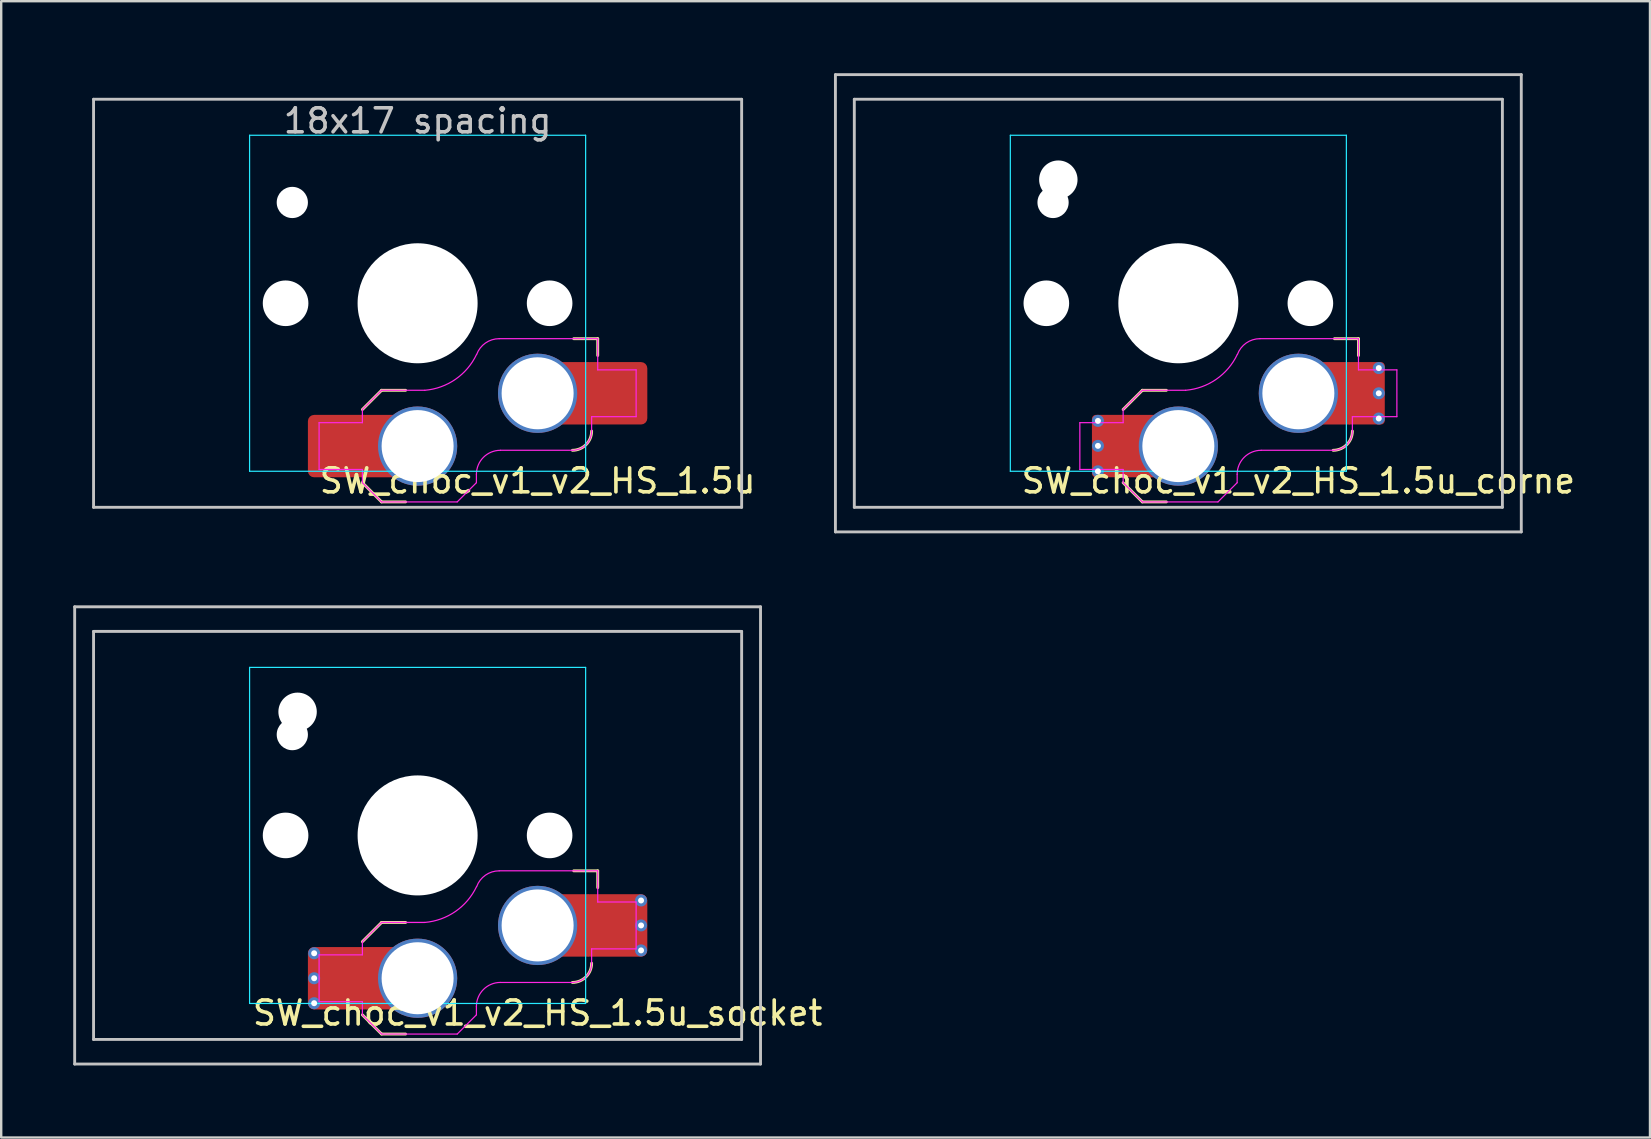
<source format=kicad_pcb>
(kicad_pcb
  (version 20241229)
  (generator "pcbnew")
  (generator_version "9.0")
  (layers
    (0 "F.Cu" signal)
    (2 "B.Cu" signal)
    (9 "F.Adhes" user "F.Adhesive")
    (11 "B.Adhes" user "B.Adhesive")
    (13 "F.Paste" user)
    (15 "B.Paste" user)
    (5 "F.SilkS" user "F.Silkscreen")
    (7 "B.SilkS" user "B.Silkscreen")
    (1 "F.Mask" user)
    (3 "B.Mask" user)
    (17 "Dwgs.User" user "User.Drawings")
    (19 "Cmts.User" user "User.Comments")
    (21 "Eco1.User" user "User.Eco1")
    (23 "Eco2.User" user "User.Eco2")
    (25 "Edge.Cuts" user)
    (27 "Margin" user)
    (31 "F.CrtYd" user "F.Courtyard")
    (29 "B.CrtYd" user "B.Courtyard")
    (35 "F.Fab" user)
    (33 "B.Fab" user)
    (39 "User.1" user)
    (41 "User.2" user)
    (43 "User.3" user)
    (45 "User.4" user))
  (footprint "SW_choc_v1_v2_HS_1.5u_corne"
    (layer "F.Cu")
    (at 46.042 9.585)
    (property "Reference" "SW_choc_v1_v2_HS_1.5u_corne" (at 5 7.4 180) (layer "F.SilkS") (effects (font (size 1 1) (thickness 0.15))))
    (attr smd)
    (fp_line (start -2.3 7.475) (end -1.5 8.275) (stroke (width 0.12) (type solid)) (layer "F.SilkS"))
    (fp_line (start -1.5 3.625) (end -2.3 4.425) (stroke (width 0.12) (type solid)) (layer "F.SilkS"))
    (fp_line (start -1.5 3.625) (end -0.5 3.625) (stroke (width 0.12) (type solid)) (layer "F.SilkS"))
    (fp_line (start -1.5 8.275) (end -0.5 8.275) (stroke (width 0.12) (type solid)) (layer "F.SilkS"))
    (fp_line (start 7.504 1.475) (end 6.504 1.475) (stroke (width 0.12) (type solid)) (layer "F.SilkS"))
    (fp_line (start 7.504 1.475) (end 7.504 2.175) (stroke (width 0.12) (type solid)) (layer "F.SilkS"))
    (fp_arc (start 7.25 5.325) (mid 7.015685 5.890685) (end 6.45 6.125) (stroke (width 0.12) (type solid)) (layer "F.SilkS"))
    (fp_line (start -14.287 -9.525) (end 14.287 -9.525) (stroke (width 0.12) (type solid)) (layer "Dwgs.User"))
    (fp_line (start -14.287 9.525) (end -14.287 -9.525) (stroke (width 0.12) (type solid)) (layer "Dwgs.User"))
    (fp_line (start -13.5 -8.5) (end -13.5 8.5) (stroke (width 0.12) (type solid)) (layer "Dwgs.User"))
    (fp_line (start -13.5 8.5) (end 13.5 8.5) (stroke (width 0.12) (type solid)) (layer "Dwgs.User"))
    (fp_line (start 13.5 -8.5) (end -13.5 -8.5) (stroke (width 0.12) (type solid)) (layer "Dwgs.User"))
    (fp_line (start 13.5 8.5) (end 13.5 -8.5) (stroke (width 0.12) (type solid)) (layer "Dwgs.User"))
    (fp_line (start 14.287 -9.525) (end 14.287 9.525) (stroke (width 0.12) (type solid)) (layer "Dwgs.User"))
    (fp_line (start 14.287 9.525) (end -14.287 9.525) (stroke (width 0.12) (type solid)) (layer "Dwgs.User"))
    (fp_line (start -6.95 -6.45) (end -6.95 6.45) (stroke (width 0.05) (type solid)) (layer "Eco2.User"))
    (fp_line (start -6.45 6.95) (end 6.45 6.95) (stroke (width 0.05) (type solid)) (layer "Eco2.User"))
    (fp_line (start 6.45 -6.95) (end -6.45 -6.95) (stroke (width 0.05) (type solid)) (layer "Eco2.User"))
    (fp_line (start 6.95 6.45) (end 6.95 -6.45) (stroke (width 0.05) (type solid)) (layer "Eco2.User"))
    (fp_arc (start -6.95 -6.45) (mid -6.803553 -6.803553) (end -6.45 -6.95) (stroke (width 0.05) (type solid)) (layer "Eco2.User"))
    (fp_arc (start -6.45 6.95) (mid -6.803553 6.803553) (end -6.95 6.45) (stroke (width 0.05) (type solid)) (layer "Eco2.User"))
    (fp_arc (start 6.45 -6.95) (mid 6.803553 -6.803553) (end 6.95 -6.45) (stroke (width 0.05) (type solid)) (layer "Eco2.User"))
    (fp_arc (start 6.95 6.45) (mid 6.803553 6.803553) (end 6.45 6.95) (stroke (width 0.05) (type solid)) (layer "Eco2.User"))
    (fp_line (start -7 -7) (end -7 7) (stroke (width 0.05) (type solid)) (layer "B.CrtYd"))
    (fp_line (start -7 7) (end 7 7) (stroke (width 0.05) (type solid)) (layer "B.CrtYd"))
    (fp_line (start 7 -7) (end -7 -7) (stroke (width 0.05) (type solid)) (layer "B.CrtYd"))
    (fp_line (start 7 7) (end 7 -7) (stroke (width 0.05) (type solid)) (layer "B.CrtYd"))
    (fp_line (start -4.104 4.975) (end -4.104 6.925) (stroke (width 0.05) (type solid)) (layer "F.CrtYd"))
    (fp_line (start -4.104 4.975) (end -2.3 4.975) (stroke (width 0.05) (type solid)) (layer "F.CrtYd"))
    (fp_line (start -4.104 6.925) (end -2.3 6.925) (stroke (width 0.05) (type solid)) (layer "F.CrtYd"))
    (fp_line (start -2.3 4.975) (end -2.3 4.425) (stroke (width 0.05) (type solid)) (layer "F.CrtYd"))
    (fp_line (start -2.3 7.475) (end -2.3 6.925) (stroke (width 0.05) (type solid)) (layer "F.CrtYd"))
    (fp_line (start -2.3 7.475) (end -1.5 8.275) (stroke (width 0.05) (type solid)) (layer "F.CrtYd"))
    (fp_line (start -1.5 3.625) (end -2.3 4.425) (stroke (width 0.05) (type solid)) (layer "F.CrtYd"))
    (fp_line (start -1.5 3.625) (end 0.3 3.625) (stroke (width 0.05) (type solid)) (layer "F.CrtYd"))
    (fp_line (start -1.5 8.275) (end 1.65 8.275) (stroke (width 0.05) (type solid)) (layer "F.CrtYd"))
    (fp_line (start 2.45 7.475) (end 1.65 8.275) (stroke (width 0.05) (type solid)) (layer "F.CrtYd"))
    (fp_line (start 2.45 7.475) (end 2.45 7.125) (stroke (width 0.05) (type solid)) (layer "F.CrtYd"))
    (fp_line (start 3.45 6.125) (end 6.45 6.125) (stroke (width 0.05) (type solid)) (layer "F.CrtYd"))
    (fp_line (start 7.25 4.725) (end 9.104 4.725) (stroke (width 0.05) (type solid)) (layer "F.CrtYd"))
    (fp_line (start 7.25 5.325) (end 7.25 4.725) (stroke (width 0.05) (type solid)) (layer "F.CrtYd"))
    (fp_line (start 7.504 1.475) (end 3.4 1.475) (stroke (width 0.05) (type solid)) (layer "F.CrtYd"))
    (fp_line (start 7.504 1.475) (end 7.504 2.175) (stroke (width 0.05) (type solid)) (layer "F.CrtYd"))
    (fp_line (start 7.504 2.175) (end 7.504 2.775) (stroke (width 0.05) (type solid)) (layer "F.CrtYd"))
    (fp_line (start 9.104 2.775) (end 7.504 2.775) (stroke (width 0.05) (type solid)) (layer "F.CrtYd"))
    (fp_line (start 9.104 4.725) (end 9.104 2.775) (stroke (width 0.05) (type solid)) (layer "F.CrtYd"))
    (fp_arc (start 2.45 7.125) (mid 2.742893 6.417893) (end 3.45 6.125) (stroke (width 0.05) (type solid)) (layer "F.CrtYd"))
    (fp_arc (start 2.455444 2.13293) (mid 1.577272 3.167235) (end 0.299999 3.624999) (stroke (width 0.05) (type solid)) (layer "F.CrtYd"))
    (fp_arc (start 2.460307 2.13298) (mid 2.826423 1.655848) (end 3.4 1.475) (stroke (width 0.05) (type solid)) (layer "F.CrtYd"))
    (fp_arc (start 7.25 5.325) (mid 7.015685 5.890685) (end 6.45 6.125) (stroke (width 0.05) (type solid)) (layer "F.CrtYd"))
    (pad "" np_thru_hole circle (at -5.5 0 180) (size 1.9 1.9) (drill 1.9) (layers "*.Cu" "*.Mask"))
    (pad "" np_thru_hole circle (at -5.22 -4.2 180) (size 1.3 1.3) (drill 1.3) (layers "*.Cu" "*.Mask"))
    (pad "" np_thru_hole circle (at -5 -5.15 180) (size 1.6 1.6) (drill 1.6) (layers "*.Cu" "*.Mask"))
    (pad "" np_thru_hole circle (at 0 0 180) (size 5 5) (drill 5) (layers "*.Cu" "*.Mask"))
    (pad "" np_thru_hole circle (at 5.5 0 180) (size 1.9 1.9) (drill 1.9) (layers "*.Cu" "*.Mask"))
    (pad "1" thru_hole circle (at 5 3.75) (size 3.3 3.3) (drill 3) (layers "*.Cu"))
    (pad "1" smd rect (at 6.55 3.75) (size 1.2 2.6) (layers "F.Cu"))
    (pad "1" smd roundrect (at 7.8 3.75) (size 1.6 2.6) (layers "F.Cu" "F.Mask" "F.Paste") (roundrect_rratio 0.1))
    (pad "1" thru_hole circle (at 8.35 2.7) (size 0.5 0.5) (drill 0.25) (layers "*.Cu"))
    (pad "1" thru_hole circle (at 8.35 3.75) (size 0.5 0.5) (drill 0.25) (layers "*.Cu"))
    (pad "1" thru_hole circle (at 8.35 4.8) (size 0.5 0.5) (drill 0.25) (layers "*.Cu"))
    (pad "2" thru_hole circle (at -3.35 4.9) (size 0.5 0.5) (drill 0.25) (layers "*.Cu"))
    (pad "2" thru_hole circle (at -3.35 5.94) (size 0.5 0.5) (drill 0.25) (layers "*.Cu"))
    (pad "2" thru_hole circle (at -3.35 7) (size 0.5 0.5) (drill 0.25) (layers "*.Cu"))
    (pad "2" smd roundrect (at -2.8 5.95) (size 1.6 2.6) (layers "F.Cu" "F.Mask" "F.Paste") (roundrect_rratio 0.1))
    (pad "2" smd rect (at -1.55 5.95 180) (size 1.2 2.6) (layers "F.Cu"))
    (pad "2" thru_hole circle (at 0 5.95) (size 3.3 3.3) (drill 3) (layers "*.Cu")))
  (footprint "SW_choc_v1_v2_HS_1.5u_socket"
    (layer "F.Cu")
    (at 14.348 31.755)
    (property "Reference" "SW_choc_v1_v2_HS_1.5u_socket" (at 5 7.4 180) (layer "F.SilkS") (effects (font (size 1 1) (thickness 0.15))))
    (attr smd)
    (fp_line (start -2.3 7.475) (end -1.5 8.275) (stroke (width 0.12) (type solid)) (layer "F.SilkS"))
    (fp_line (start -1.5 3.625) (end -2.3 4.425) (stroke (width 0.12) (type solid)) (layer "F.SilkS"))
    (fp_line (start -1.5 3.625) (end -0.5 3.625) (stroke (width 0.12) (type solid)) (layer "F.SilkS"))
    (fp_line (start -1.5 8.275) (end -0.5 8.275) (stroke (width 0.12) (type solid)) (layer "F.SilkS"))
    (fp_line (start 7.504 1.475) (end 6.504 1.475) (stroke (width 0.12) (type solid)) (layer "F.SilkS"))
    (fp_line (start 7.504 1.475) (end 7.504 2.175) (stroke (width 0.12) (type solid)) (layer "F.SilkS"))
    (fp_arc (start 7.25 5.325) (mid 7.015685 5.890685) (end 6.45 6.125) (stroke (width 0.12) (type solid)) (layer "F.SilkS"))
    (fp_line (start -14.287 -9.525) (end 14.287 -9.525) (stroke (width 0.12) (type solid)) (layer "Dwgs.User"))
    (fp_line (start -14.287 9.525) (end -14.287 -9.525) (stroke (width 0.12) (type solid)) (layer "Dwgs.User"))
    (fp_line (start -13.5 -8.5) (end -13.5 8.5) (stroke (width 0.12) (type solid)) (layer "Dwgs.User"))
    (fp_line (start -13.5 8.5) (end 13.5 8.5) (stroke (width 0.12) (type solid)) (layer "Dwgs.User"))
    (fp_line (start 13.5 -8.5) (end -13.5 -8.5) (stroke (width 0.12) (type solid)) (layer "Dwgs.User"))
    (fp_line (start 13.5 8.5) (end 13.5 -8.5) (stroke (width 0.12) (type solid)) (layer "Dwgs.User"))
    (fp_line (start 14.287 -9.525) (end 14.287 9.525) (stroke (width 0.12) (type solid)) (layer "Dwgs.User"))
    (fp_line (start 14.287 9.525) (end -14.287 9.525) (stroke (width 0.12) (type solid)) (layer "Dwgs.User"))
    (fp_line (start -6.95 -6.45) (end -6.95 6.45) (stroke (width 0.05) (type solid)) (layer "Eco2.User"))
    (fp_line (start -6.45 6.95) (end 6.45 6.95) (stroke (width 0.05) (type solid)) (layer "Eco2.User"))
    (fp_line (start 6.45 -6.95) (end -6.45 -6.95) (stroke (width 0.05) (type solid)) (layer "Eco2.User"))
    (fp_line (start 6.95 6.45) (end 6.95 -6.45) (stroke (width 0.05) (type solid)) (layer "Eco2.User"))
    (fp_arc (start -6.95 -6.45) (mid -6.803553 -6.803553) (end -6.45 -6.95) (stroke (width 0.05) (type solid)) (layer "Eco2.User"))
    (fp_arc (start -6.45 6.95) (mid -6.803553 6.803553) (end -6.95 6.45) (stroke (width 0.05) (type solid)) (layer "Eco2.User"))
    (fp_arc (start 6.45 -6.95) (mid 6.803553 -6.803553) (end 6.95 -6.45) (stroke (width 0.05) (type solid)) (layer "Eco2.User"))
    (fp_arc (start 6.95 6.45) (mid 6.803553 6.803553) (end 6.45 6.95) (stroke (width 0.05) (type solid)) (layer "Eco2.User"))
    (fp_line (start -7 -7) (end -7 7) (stroke (width 0.05) (type solid)) (layer "B.CrtYd"))
    (fp_line (start -7 7) (end 7 7) (stroke (width 0.05) (type solid)) (layer "B.CrtYd"))
    (fp_line (start 7 -7) (end -7 -7) (stroke (width 0.05) (type solid)) (layer "B.CrtYd"))
    (fp_line (start 7 7) (end 7 -7) (stroke (width 0.05) (type solid)) (layer "B.CrtYd"))
    (fp_line (start -4.104 4.975) (end -4.104 6.925) (stroke (width 0.05) (type solid)) (layer "F.CrtYd"))
    (fp_line (start -4.104 4.975) (end -2.3 4.975) (stroke (width 0.05) (type solid)) (layer "F.CrtYd"))
    (fp_line (start -4.104 6.925) (end -2.3 6.925) (stroke (width 0.05) (type solid)) (layer "F.CrtYd"))
    (fp_line (start -2.3 4.975) (end -2.3 4.425) (stroke (width 0.05) (type solid)) (layer "F.CrtYd"))
    (fp_line (start -2.3 7.475) (end -2.3 6.925) (stroke (width 0.05) (type solid)) (layer "F.CrtYd"))
    (fp_line (start -2.3 7.475) (end -1.5 8.275) (stroke (width 0.05) (type solid)) (layer "F.CrtYd"))
    (fp_line (start -1.5 3.625) (end -2.3 4.425) (stroke (width 0.05) (type solid)) (layer "F.CrtYd"))
    (fp_line (start -1.5 3.625) (end 0.3 3.625) (stroke (width 0.05) (type solid)) (layer "F.CrtYd"))
    (fp_line (start -1.5 8.275) (end 1.65 8.275) (stroke (width 0.05) (type solid)) (layer "F.CrtYd"))
    (fp_line (start 2.45 7.475) (end 1.65 8.275) (stroke (width 0.05) (type solid)) (layer "F.CrtYd"))
    (fp_line (start 2.45 7.475) (end 2.45 7.125) (stroke (width 0.05) (type solid)) (layer "F.CrtYd"))
    (fp_line (start 3.45 6.125) (end 6.45 6.125) (stroke (width 0.05) (type solid)) (layer "F.CrtYd"))
    (fp_line (start 7.25 4.725) (end 9.104 4.725) (stroke (width 0.05) (type solid)) (layer "F.CrtYd"))
    (fp_line (start 7.25 5.325) (end 7.25 4.725) (stroke (width 0.05) (type solid)) (layer "F.CrtYd"))
    (fp_line (start 7.504 1.475) (end 3.4 1.475) (stroke (width 0.05) (type solid)) (layer "F.CrtYd"))
    (fp_line (start 7.504 1.475) (end 7.504 2.175) (stroke (width 0.05) (type solid)) (layer "F.CrtYd"))
    (fp_line (start 7.504 2.175) (end 7.504 2.775) (stroke (width 0.05) (type solid)) (layer "F.CrtYd"))
    (fp_line (start 9.104 2.775) (end 7.504 2.775) (stroke (width 0.05) (type solid)) (layer "F.CrtYd"))
    (fp_line (start 9.104 4.725) (end 9.104 2.775) (stroke (width 0.05) (type solid)) (layer "F.CrtYd"))
    (fp_arc (start 2.45 7.125) (mid 2.742893 6.417893) (end 3.45 6.125) (stroke (width 0.05) (type solid)) (layer "F.CrtYd"))
    (fp_arc (start 2.455444 2.13293) (mid 1.577272 3.167235) (end 0.299999 3.624999) (stroke (width 0.05) (type solid)) (layer "F.CrtYd"))
    (fp_arc (start 2.460307 2.13298) (mid 2.826423 1.655848) (end 3.4 1.475) (stroke (width 0.05) (type solid)) (layer "F.CrtYd"))
    (fp_arc (start 7.25 5.325) (mid 7.015685 5.890685) (end 6.45 6.125) (stroke (width 0.05) (type solid)) (layer "F.CrtYd"))
    (pad "" np_thru_hole circle (at -5.5 0 180) (size 1.9 1.9) (drill 1.9) (layers "*.Cu" "*.Mask"))
    (pad "" np_thru_hole circle (at -5.22 -4.2 180) (size 1.3 1.3) (drill 1.3) (layers "*.Cu" "*.Mask"))
    (pad "" np_thru_hole circle (at -5 -5.15 180) (size 1.6 1.6) (drill 1.6) (layers "*.Cu" "*.Mask"))
    (pad "" np_thru_hole circle (at 0 0 180) (size 5 5) (drill 5) (layers "*.Cu" "*.Mask"))
    (pad "" np_thru_hole circle (at 5.5 0 180) (size 1.9 1.9) (drill 1.9) (layers "*.Cu" "*.Mask"))
    (pad "1" thru_hole circle (at 5 3.75) (size 3.3 3.3) (drill 3) (layers "*.Cu"))
    (pad "1" smd rect (at 6.55 3.75) (size 1.2 2.6) (layers "F.Cu"))
    (pad "1" smd roundrect (at 8.245 3.75) (size 2.65 2.6) (layers "F.Cu" "F.Mask" "F.Paste") (roundrect_rratio 0.1))
    (pad "1" thru_hole circle (at 9.31 2.71) (size 0.5 0.5) (drill 0.25) (layers "*.Cu"))
    (pad "1" thru_hole circle (at 9.31 3.75) (size 0.5 0.5) (drill 0.25) (layers "*.Cu"))
    (pad "1" thru_hole circle (at 9.31 4.79) (size 0.5 0.5) (drill 0.25) (layers "*.Cu"))
    (pad "2" thru_hole circle (at -4.31 4.91) (size 0.5 0.5) (drill 0.25) (layers "*.Cu"))
    (pad "2" thru_hole circle (at -4.31 5.95) (size 0.5 0.5) (drill 0.25) (layers "*.Cu"))
    (pad "2" thru_hole circle (at -4.31 6.99) (size 0.5 0.5) (drill 0.25) (layers "*.Cu"))
    (pad "2" smd roundrect (at -3.245 5.95) (size 2.65 2.6) (layers "F.Cu" "F.Mask" "F.Paste") (roundrect_rratio 0.1))
    (pad "2" smd rect (at -1.55 5.95 180) (size 1.2 2.6) (layers "F.Cu"))
    (pad "2" thru_hole circle (at 0 5.95) (size 3.3 3.3) (drill 3) (layers "*.Cu")))
  (footprint "SW_choc_v1_v2_HS_1.5u"
    (layer "F.Cu")
    (at 14.348 9.585)
    (property "Reference" "SW_choc_v1_v2_HS_1.5u" (at 5 7.4 180) (layer "F.SilkS") (effects (font (size 1 1) (thickness 0.15))))
    (attr smd)
    (fp_line (start -2.3 7.475) (end -1.5 8.275) (stroke (width 0.12) (type solid)) (layer "F.SilkS"))
    (fp_line (start -1.5 3.625) (end -2.3 4.425) (stroke (width 0.12) (type solid)) (layer "F.SilkS"))
    (fp_line (start -1.5 3.625) (end -0.5 3.625) (stroke (width 0.12) (type solid)) (layer "F.SilkS"))
    (fp_line (start -1.5 8.275) (end -0.5 8.275) (stroke (width 0.12) (type solid)) (layer "F.SilkS"))
    (fp_line (start 7.504 1.475) (end 6.504 1.475) (stroke (width 0.12) (type solid)) (layer "F.SilkS"))
    (fp_line (start 7.504 1.475) (end 7.504 2.175) (stroke (width 0.12) (type solid)) (layer "F.SilkS"))
    (fp_arc (start 7.25 5.325) (mid 7.015685 5.890685) (end 6.45 6.125) (stroke (width 0.12) (type solid)) (layer "F.SilkS"))
    (fp_line (start -13.5 -8.5) (end -13.5 8.5) (stroke (width 0.12) (type solid)) (layer "Dwgs.User"))
    (fp_line (start -13.5 8.5) (end 13.5 8.5) (stroke (width 0.12) (type solid)) (layer "Dwgs.User"))
    (fp_line (start 13.5 -8.5) (end -13.5 -8.5) (stroke (width 0.12) (type solid)) (layer "Dwgs.User"))
    (fp_line (start 13.5 8.5) (end 13.5 -8.5) (stroke (width 0.12) (type solid)) (layer "Dwgs.User"))
    (fp_line (start -14.287 -9.525) (end 14.287 -9.525) (stroke (width 0.12) (type solid)) (layer "Eco1.User"))
    (fp_line (start -14.287 9.525) (end -14.287 -9.525) (stroke (width 0.12) (type solid)) (layer "Eco1.User"))
    (fp_line (start 14.287 -9.525) (end 14.287 9.525) (stroke (width 0.12) (type solid)) (layer "Eco1.User"))
    (fp_line (start 14.287 9.525) (end -14.287 9.525) (stroke (width 0.12) (type solid)) (layer "Eco1.User"))
    (fp_line (start -6.95 -6.45) (end -6.95 6.45) (stroke (width 0.05) (type solid)) (layer "Eco2.User"))
    (fp_line (start -6.45 6.95) (end 6.45 6.95) (stroke (width 0.05) (type solid)) (layer "Eco2.User"))
    (fp_line (start 6.45 -6.95) (end -6.45 -6.95) (stroke (width 0.05) (type solid)) (layer "Eco2.User"))
    (fp_line (start 6.95 6.45) (end 6.95 -6.45) (stroke (width 0.05) (type solid)) (layer "Eco2.User"))
    (fp_arc (start -6.95 -6.45) (mid -6.803553 -6.803553) (end -6.45 -6.95) (stroke (width 0.05) (type solid)) (layer "Eco2.User"))
    (fp_arc (start -6.45 6.95) (mid -6.803553 6.803553) (end -6.95 6.45) (stroke (width 0.05) (type solid)) (layer "Eco2.User"))
    (fp_arc (start 6.45 -6.95) (mid 6.803553 -6.803553) (end 6.95 -6.45) (stroke (width 0.05) (type solid)) (layer "Eco2.User"))
    (fp_arc (start 6.95 6.45) (mid 6.803553 6.803553) (end 6.45 6.95) (stroke (width 0.05) (type solid)) (layer "Eco2.User"))
    (fp_line (start -7 -7) (end -7 7) (stroke (width 0.05) (type solid)) (layer "B.CrtYd"))
    (fp_line (start -7 7) (end 7 7) (stroke (width 0.05) (type solid)) (layer "B.CrtYd"))
    (fp_line (start 7 -7) (end -7 -7) (stroke (width 0.05) (type solid)) (layer "B.CrtYd"))
    (fp_line (start 7 7) (end 7 -7) (stroke (width 0.05) (type solid)) (layer "B.CrtYd"))
    (fp_line (start -4.104 4.975) (end -4.104 6.925) (stroke (width 0.05) (type solid)) (layer "F.CrtYd"))
    (fp_line (start -4.104 4.975) (end -2.3 4.975) (stroke (width 0.05) (type solid)) (layer "F.CrtYd"))
    (fp_line (start -4.104 6.925) (end -2.3 6.925) (stroke (width 0.05) (type solid)) (layer "F.CrtYd"))
    (fp_line (start -2.3 4.975) (end -2.3 4.425) (stroke (width 0.05) (type solid)) (layer "F.CrtYd"))
    (fp_line (start -2.3 7.475) (end -2.3 6.925) (stroke (width 0.05) (type solid)) (layer "F.CrtYd"))
    (fp_line (start -2.3 7.475) (end -1.5 8.275) (stroke (width 0.05) (type solid)) (layer "F.CrtYd"))
    (fp_line (start -1.5 3.625) (end -2.3 4.425) (stroke (width 0.05) (type solid)) (layer "F.CrtYd"))
    (fp_line (start -1.5 3.625) (end 0.3 3.625) (stroke (width 0.05) (type solid)) (layer "F.CrtYd"))
    (fp_line (start -1.5 8.275) (end 1.65 8.275) (stroke (width 0.05) (type solid)) (layer "F.CrtYd"))
    (fp_line (start 2.45 7.475) (end 1.65 8.275) (stroke (width 0.05) (type solid)) (layer "F.CrtYd"))
    (fp_line (start 2.45 7.475) (end 2.45 7.125) (stroke (width 0.05) (type solid)) (layer "F.CrtYd"))
    (fp_line (start 3.45 6.125) (end 6.45 6.125) (stroke (width 0.05) (type solid)) (layer "F.CrtYd"))
    (fp_line (start 7.25 4.725) (end 9.104 4.725) (stroke (width 0.05) (type solid)) (layer "F.CrtYd"))
    (fp_line (start 7.25 5.325) (end 7.25 4.725) (stroke (width 0.05) (type solid)) (layer "F.CrtYd"))
    (fp_line (start 7.504 1.475) (end 3.4 1.475) (stroke (width 0.05) (type solid)) (layer "F.CrtYd"))
    (fp_line (start 7.504 1.475) (end 7.504 2.175) (stroke (width 0.05) (type solid)) (layer "F.CrtYd"))
    (fp_line (start 7.504 2.175) (end 7.504 2.775) (stroke (width 0.05) (type solid)) (layer "F.CrtYd"))
    (fp_line (start 9.104 2.775) (end 7.504 2.775) (stroke (width 0.05) (type solid)) (layer "F.CrtYd"))
    (fp_line (start 9.104 4.725) (end 9.104 2.775) (stroke (width 0.05) (type solid)) (layer "F.CrtYd"))
    (fp_arc (start 2.45 7.125) (mid 2.742893 6.417893) (end 3.45 6.125) (stroke (width 0.05) (type solid)) (layer "F.CrtYd"))
    (fp_arc (start 2.455444 2.13293) (mid 1.577272 3.167235) (end 0.299999 3.624999) (stroke (width 0.05) (type solid)) (layer "F.CrtYd"))
    (fp_arc (start 2.460307 2.13298) (mid 2.826423 1.655848) (end 3.4 1.475) (stroke (width 0.05) (type solid)) (layer "F.CrtYd"))
    (fp_arc (start 7.25 5.325) (mid 7.015685 5.890685) (end 6.45 6.125) (stroke (width 0.05) (type solid)) (layer "F.CrtYd"))
    (fp_text user "18x17 spacing" (at 0 -7.6 180) (layer "Dwgs.User") (effects (font (size 1 1) (thickness 0.15))))
    (fp_text user "19.05 spacing" (at 0 -8.7 180) (layer "Eco1.User") (effects (font (size 1 1) (thickness 0.15))))
    (pad "" np_thru_hole circle (at -5.5 0 180) (size 1.9 1.9) (drill 1.9) (layers "*.Cu" "*.Mask"))
    (pad "" np_thru_hole circle (at -5.22 -4.2 180) (size 1.3 1.3) (drill 1.3) (layers "*.Cu" "*.Mask"))
    (pad "" np_thru_hole circle (at 0 0 180) (size 5 5) (drill 5) (layers "*.Cu" "*.Mask"))
    (pad "" np_thru_hole circle (at 5.5 0 180) (size 1.9 1.9) (drill 1.9) (layers "*.Cu" "*.Mask"))
    (pad "1" thru_hole circle (at 5 3.75) (size 3.3 3.3) (drill 3) (layers "*.Cu"))
    (pad "1" smd rect (at 6.55 3.75) (size 1.2 2.6) (layers "F.Cu"))
    (pad "1" smd roundrect (at 8.245 3.75) (size 2.65 2.6) (layers "F.Cu" "F.Mask" "F.Paste") (roundrect_rratio 0.1))
    (pad "2" smd roundrect (at -3.245 5.95) (size 2.65 2.6) (layers "F.Cu" "F.Mask" "F.Paste") (roundrect_rratio 0.1))
    (pad "2" smd rect (at -1.55 5.95 180) (size 1.2 2.6) (layers "F.Cu"))
    (pad "2" thru_hole circle (at 0 5.95) (size 3.3 3.3) (drill 3) (layers "*.Cu")))
  (gr_rect
    (start -3 -3)
    (end 65.691 44.34)
    (stroke (width 0.1) (type default))
    (fill no)
    (layer "Edge.Cuts")))
</source>
